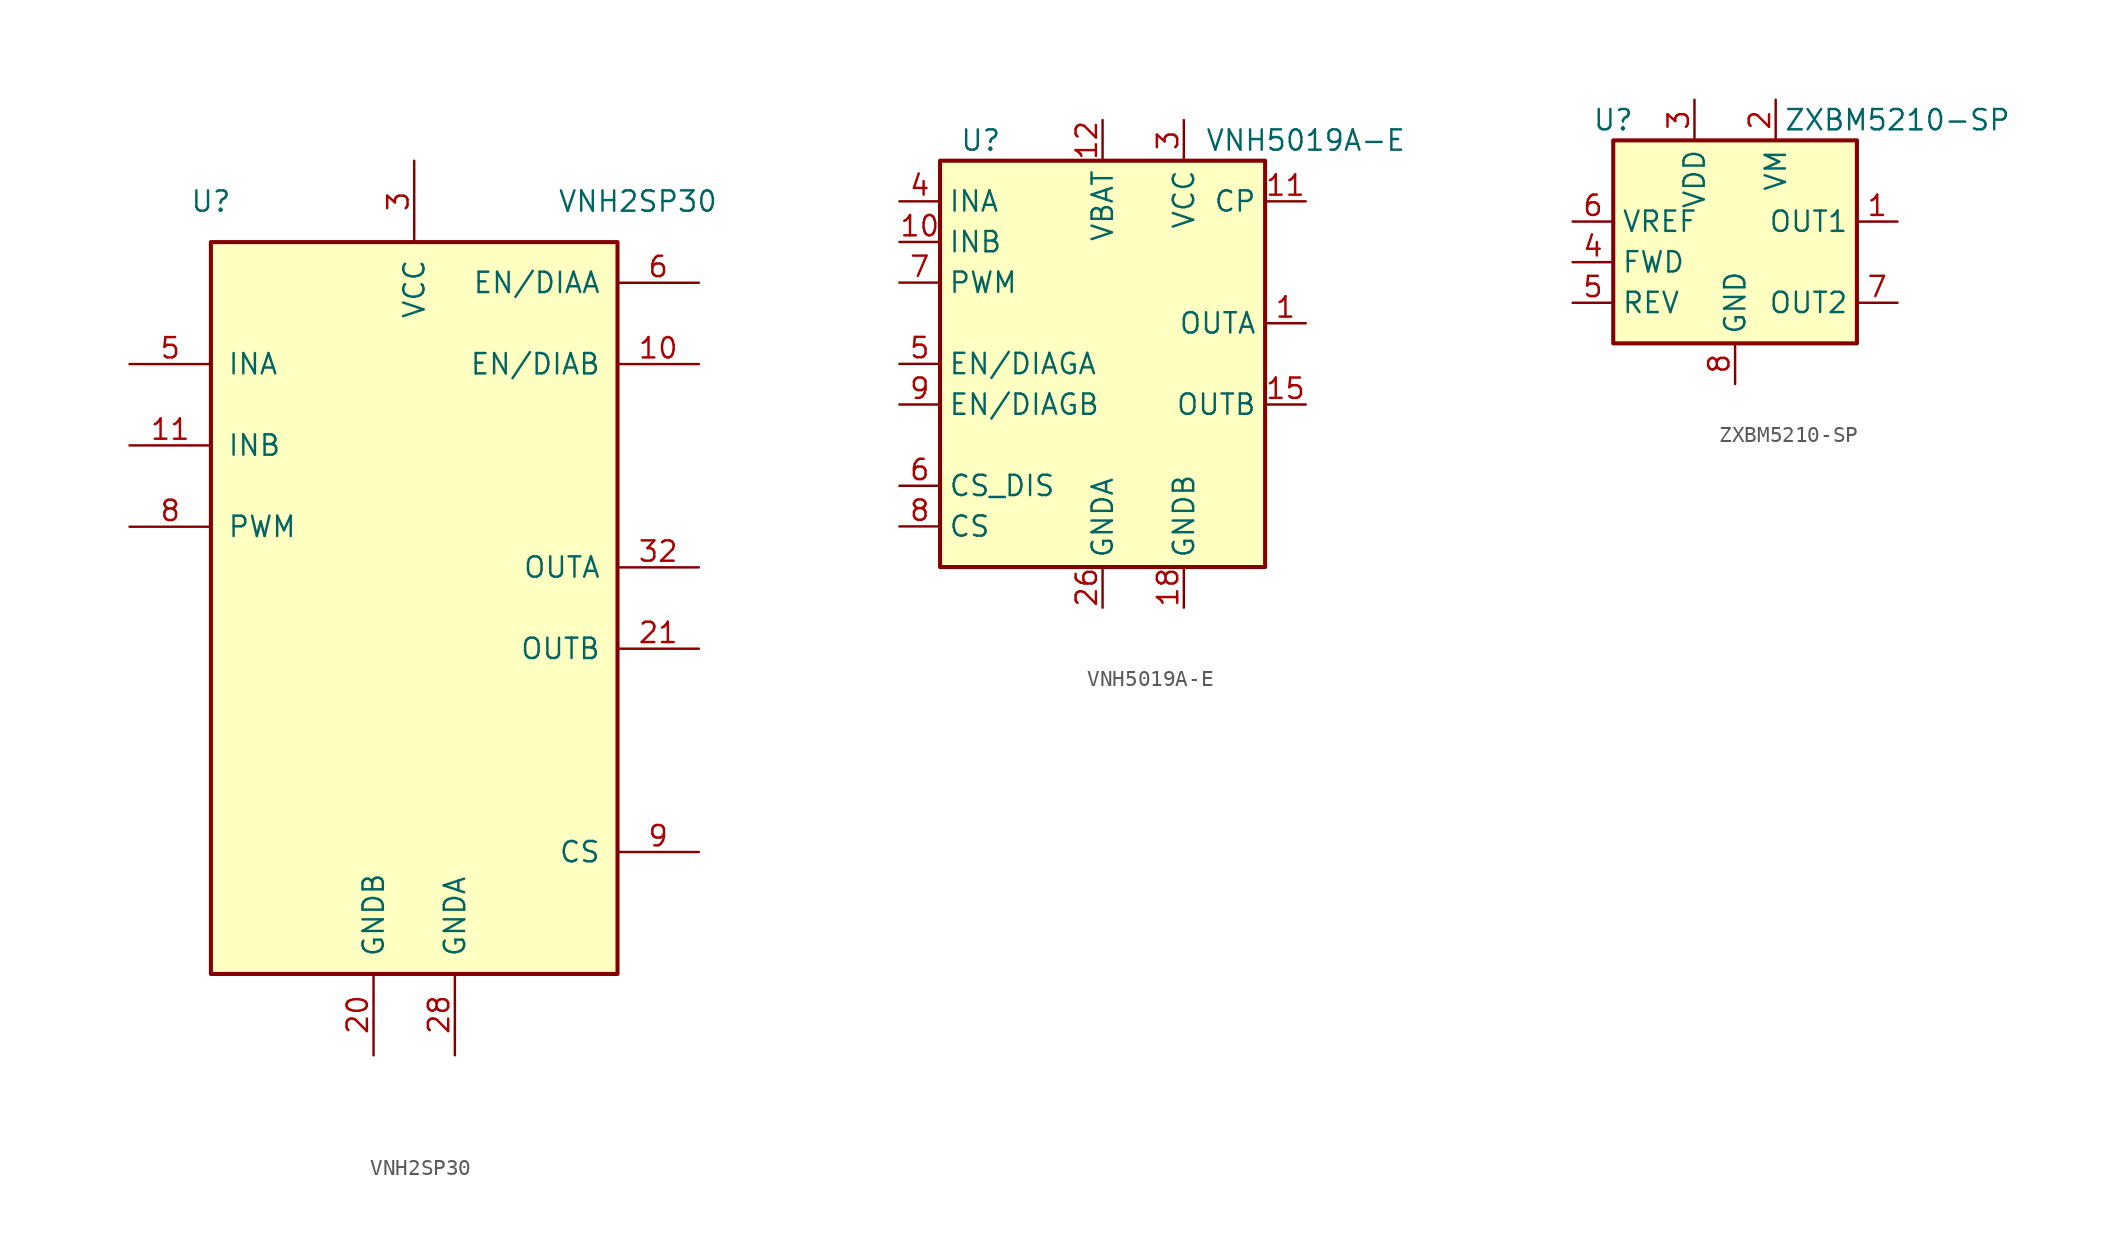
<source format=kicad_sym>
(kicad_symbol_lib
  (version 20200908)
  (generator kicad_symbol_editor)
  (symbol "Driver_Motor:VNH2SP30"
    (pin_names
      (offset 1.016))
    (property "Reference" "U"
      (at -12.7 25.4 0)
      (effects (font (size 1.27 1.27))))
    (property "Value" "VNH2SP30"
      (at 13.97 25.4 0)
      (effects (font (size 1.27 1.27))))
    (symbol "VNH2SP30_1_1"
      (rectangle (start -12.7 22.86) (end 12.7 -22.86) (stroke (width 0.254)) (fill (type background)))
      (pin passive line (at 17.78 2.54 180) (length 5.08) hide (name "OUTA" (effects (font (size 1.27 1.27)))) (number "1" (effects (font (size 1.27 1.27)))))
      (pin output line (at 17.78 15.24 180) (length 5.08) (name "EN/DIAB" (effects (font (size 1.27 1.27)))) (number "10" (effects (font (size 1.27 1.27)))))
      (pin input line (at -17.78 10.16 0) (length 5.08) (name "INB" (effects (font (size 1.27 1.27)))) (number "11" (effects (font (size 1.27 1.27)))))
      (pin unconnected line (at -17.78 -7.62 0) (length 5.08) hide (name "NC" (effects (font (size 1.27 1.27)))) (number "12" (effects (font (size 1.27 1.27)))))
      (pin passive line (at 0 27.94 270) (length 5.08) hide (name "VCC" (effects (font (size 1.27 1.27)))) (number "13" (effects (font (size 1.27 1.27)))))
      (pin unconnected line (at -17.78 -10.16 0) (length 5.08) hide (name "NC" (effects (font (size 1.27 1.27)))) (number "14" (effects (font (size 1.27 1.27)))))
      (pin passive line (at 17.78 -2.54 180) (length 5.08) hide (name "OUTB" (effects (font (size 1.27 1.27)))) (number "15" (effects (font (size 1.27 1.27)))))
      (pin passive line (at 17.78 -2.54 180) (length 5.08) hide (name "OUTB" (effects (font (size 1.27 1.27)))) (number "16" (effects (font (size 1.27 1.27)))))
      (pin unconnected line (at -17.78 -20.32 0) (length 5.08) hide (name "NC" (effects (font (size 1.27 1.27)))) (number "17" (effects (font (size 1.27 1.27)))))
      (pin passive line (at -2.54 -27.94 90) (length 5.08) hide (name "GNDB" (effects (font (size 1.27 1.27)))) (number "18" (effects (font (size 1.27 1.27)))))
      (pin passive line (at -2.54 -27.94 90) (length 5.08) hide (name "GNDB" (effects (font (size 1.27 1.27)))) (number "19" (effects (font (size 1.27 1.27)))))
      (pin unconnected line (at -17.78 0 0) (length 5.08) hide (name "NC" (effects (font (size 1.27 1.27)))) (number "2" (effects (font (size 1.27 1.27)))))
      (pin passive line (at -2.54 -27.94 90) (length 5.08) (name "GNDB" (effects (font (size 1.27 1.27)))) (number "20" (effects (font (size 1.27 1.27)))))
      (pin output line (at 17.78 -2.54 180) (length 5.08) (name "OUTB" (effects (font (size 1.27 1.27)))) (number "21" (effects (font (size 1.27 1.27)))))
      (pin unconnected line (at -17.78 -17.78 0) (length 5.08) hide (name "NC" (effects (font (size 1.27 1.27)))) (number "22" (effects (font (size 1.27 1.27)))))
      (pin passive line (at 0 27.94 270) (length 5.08) hide (name "VCC" (effects (font (size 1.27 1.27)))) (number "23" (effects (font (size 1.27 1.27)))))
      (pin unconnected line (at -17.78 -15.24 0) (length 5.08) hide (name "NC" (effects (font (size 1.27 1.27)))) (number "24" (effects (font (size 1.27 1.27)))))
      (pin passive line (at 17.78 2.54 180) (length 5.08) hide (name "OUTA" (effects (font (size 1.27 1.27)))) (number "25" (effects (font (size 1.27 1.27)))))
      (pin passive line (at 2.54 -27.94 90) (length 5.08) hide (name "GNDA" (effects (font (size 1.27 1.27)))) (number "26" (effects (font (size 1.27 1.27)))))
      (pin passive line (at 2.54 -27.94 90) (length 5.08) hide (name "GNDA" (effects (font (size 1.27 1.27)))) (number "27" (effects (font (size 1.27 1.27)))))
      (pin passive line (at 2.54 -27.94 90) (length 5.08) (name "GNDA" (effects (font (size 1.27 1.27)))) (number "28" (effects (font (size 1.27 1.27)))))
      (pin unconnected line (at -17.78 -12.7 0) (length 5.08) hide (name "NC" (effects (font (size 1.27 1.27)))) (number "29" (effects (font (size 1.27 1.27)))))
      (pin power_in line (at 0 27.94 270) (length 5.08) (name "VCC" (effects (font (size 1.27 1.27)))) (number "3" (effects (font (size 1.27 1.27)))))
      (pin passive line (at 17.78 2.54 180) (length 5.08) hide (name "OUTA" (effects (font (size 1.27 1.27)))) (number "30" (effects (font (size 1.27 1.27)))))
      (pin passive line (at 0 27.94 270) (length 5.08) hide (name "VCC" (effects (font (size 1.27 1.27)))) (number "31" (effects (font (size 1.27 1.27)))))
      (pin passive line (at 17.78 2.54 180) (length 5.08) (name "OUTA" (effects (font (size 1.27 1.27)))) (number "32" (effects (font (size 1.27 1.27)))))
      (pin passive line (at 17.78 -2.54 180) (length 5.08) hide (name "OUTB" (effects (font (size 1.27 1.27)))) (number "33" (effects (font (size 1.27 1.27)))))
      (pin unconnected line (at -17.78 -2.54 0) (length 5.08) hide (name "NC" (effects (font (size 1.27 1.27)))) (number "4" (effects (font (size 1.27 1.27)))))
      (pin input line (at -17.78 15.24 0) (length 5.08) (name "INA" (effects (font (size 1.27 1.27)))) (number "5" (effects (font (size 1.27 1.27)))))
      (pin output line (at 17.78 20.32 180) (length 5.08) (name "EN/DIAA" (effects (font (size 1.27 1.27)))) (number "6" (effects (font (size 1.27 1.27)))))
      (pin unconnected line (at -17.78 -5.08 0) (length 5.08) hide (name "NC" (effects (font (size 1.27 1.27)))) (number "7" (effects (font (size 1.27 1.27)))))
      (pin input line (at -17.78 5.08 0) (length 5.08) (name "PWM" (effects (font (size 1.27 1.27)))) (number "8" (effects (font (size 1.27 1.27)))))
      (pin output line (at 17.78 -15.24 180) (length 5.08) (name "CS" (effects (font (size 1.27 1.27)))) (number "9" (effects (font (size 1.27 1.27)))))))
  (symbol "Driver_Motor:VNH5019A-E"
    (property "Reference" "U"
      (at -7.62 13.97 0)
      (effects (font (size 1.27 1.27))))
    (property "Value" "VNH5019A-E"
      (at 12.7 13.97 0)
      (effects (font (size 1.27 1.27))))
    (symbol "VNH5019A-E_0_1"
      (rectangle (start -10.16 12.7) (end 10.16 -12.7) (stroke (width 0.254)) (fill (type background))))
    (symbol "VNH5019A-E_1_1"
      (pin output line (at 12.7 2.54 180) (length 2.54) (name "OUTA" (effects (font (size 1.27 1.27)))) (number "1" (effects (font (size 1.27 1.27)))))
      (pin input line (at -12.7 7.62 0) (length 2.54) (name "INB" (effects (font (size 1.27 1.27)))) (number "10" (effects (font (size 1.27 1.27)))))
      (pin output line (at 12.7 10.16 180) (length 2.54) (name "CP" (effects (font (size 1.27 1.27)))) (number "11" (effects (font (size 1.27 1.27)))))
      (pin power_in line (at 0 15.24 270) (length 2.54) (name "VBAT" (effects (font (size 1.27 1.27)))) (number "12" (effects (font (size 1.27 1.27)))))
      (pin passive line (at 5.08 15.24 270) (length 2.54) hide (name "VCC" (effects (font (size 1.27 1.27)))) (number "13" (effects (font (size 1.27 1.27)))))
      (pin unconnected line (at 10.16 -10.16 180) (length 2.54) hide (name "NC" (effects (font (size 1.27 1.27)))) (number "14" (effects (font (size 1.27 1.27)))))
      (pin output line (at 12.7 -2.54 180) (length 2.54) (name "OUTB" (effects (font (size 1.27 1.27)))) (number "15" (effects (font (size 1.27 1.27)))))
      (pin passive line (at 12.7 -2.54 180) (length 2.54) hide (name "OUTB" (effects (font (size 1.27 1.27)))) (number "16" (effects (font (size 1.27 1.27)))))
      (pin unconnected line (at 10.16 -5.08 180) (length 2.54) hide (name "NC" (effects (font (size 1.27 1.27)))) (number "17" (effects (font (size 1.27 1.27)))))
      (pin power_in line (at 5.08 -15.24 90) (length 2.54) (name "GNDB" (effects (font (size 1.27 1.27)))) (number "18" (effects (font (size 1.27 1.27)))))
      (pin passive line (at 5.08 -15.24 90) (length 2.54) hide (name "GNDB" (effects (font (size 1.27 1.27)))) (number "19" (effects (font (size 1.27 1.27)))))
      (pin unconnected line (at 10.16 -7.62 180) (length 2.54) hide (name "NC" (effects (font (size 1.27 1.27)))) (number "2" (effects (font (size 1.27 1.27)))))
      (pin passive line (at 5.08 -15.24 90) (length 2.54) hide (name "GNDB" (effects (font (size 1.27 1.27)))) (number "20" (effects (font (size 1.27 1.27)))))
      (pin passive line (at 12.7 -2.54 180) (length 2.54) hide (name "OUTB" (effects (font (size 1.27 1.27)))) (number "21" (effects (font (size 1.27 1.27)))))
      (pin unconnected line (at 10.16 0 180) (length 2.54) hide (name "NC" (effects (font (size 1.27 1.27)))) (number "22" (effects (font (size 1.27 1.27)))))
      (pin passive line (at 5.08 15.24 270) (length 2.54) hide (name "VCC" (effects (font (size 1.27 1.27)))) (number "23" (effects (font (size 1.27 1.27)))))
      (pin unconnected line (at 10.16 5.08 180) (length 2.54) hide (name "NC" (effects (font (size 1.27 1.27)))) (number "24" (effects (font (size 1.27 1.27)))))
      (pin passive line (at 12.7 2.54 180) (length 2.54) hide (name "OUTA" (effects (font (size 1.27 1.27)))) (number "25" (effects (font (size 1.27 1.27)))))
      (pin power_in line (at 0 -15.24 90) (length 2.54) (name "GNDA" (effects (font (size 1.27 1.27)))) (number "26" (effects (font (size 1.27 1.27)))))
      (pin passive line (at 0 -15.24 90) (length 2.54) hide (name "GNDA" (effects (font (size 1.27 1.27)))) (number "27" (effects (font (size 1.27 1.27)))))
      (pin passive line (at 0 -15.24 90) (length 2.54) hide (name "GNDA" (effects (font (size 1.27 1.27)))) (number "28" (effects (font (size 1.27 1.27)))))
      (pin unconnected line (at 10.16 7.62 180) (length 2.54) hide (name "NC" (effects (font (size 1.27 1.27)))) (number "29" (effects (font (size 1.27 1.27)))))
      (pin power_in line (at 5.08 15.24 270) (length 2.54) (name "VCC" (effects (font (size 1.27 1.27)))) (number "3" (effects (font (size 1.27 1.27)))))
      (pin passive line (at 12.7 2.54 180) (length 2.54) hide (name "OUTA" (effects (font (size 1.27 1.27)))) (number "30" (effects (font (size 1.27 1.27)))))
      (pin passive line (at 5.08 15.24 270) (length 2.54) hide (name "VCC" (effects (font (size 1.27 1.27)))) (number "31" (effects (font (size 1.27 1.27)))))
      (pin passive line (at 12.7 -2.54 180) (length 2.54) hide (name "OUTB" (effects (font (size 1.27 1.27)))) (number "32" (effects (font (size 1.27 1.27)))))
      (pin passive line (at 12.7 2.54 180) (length 2.54) hide (name "OUTA" (effects (font (size 1.27 1.27)))) (number "33" (effects (font (size 1.27 1.27)))))
      (pin input line (at -12.7 10.16 0) (length 2.54) (name "INA" (effects (font (size 1.27 1.27)))) (number "4" (effects (font (size 1.27 1.27)))))
      (pin open_collector line (at -12.7 0 0) (length 2.54) (name "EN/DIAGA" (effects (font (size 1.27 1.27)))) (number "5" (effects (font (size 1.27 1.27)))))
      (pin input line (at -12.7 -7.62 0) (length 2.54) (name "CS_DIS" (effects (font (size 1.27 1.27)))) (number "6" (effects (font (size 1.27 1.27)))))
      (pin input line (at -12.7 5.08 0) (length 2.54) (name "PWM" (effects (font (size 1.27 1.27)))) (number "7" (effects (font (size 1.27 1.27)))))
      (pin output line (at -12.7 -10.16 0) (length 2.54) (name "CS" (effects (font (size 1.27 1.27)))) (number "8" (effects (font (size 1.27 1.27)))))
      (pin open_collector line (at -12.7 -2.54 0) (length 2.54) (name "EN/DIAGB" (effects (font (size 1.27 1.27)))) (number "9" (effects (font (size 1.27 1.27)))))))
  (symbol "Driver_Motor:ZXBM5210-SP"
    (property "Reference" "U"
      (at -7.62 8.89 0)
      (effects (font (size 1.27 1.27))))
    (property "Value" "ZXBM5210-SP"
      (at 10.16 8.89 0)
      (effects (font (size 1.27 1.27))))
    (symbol "ZXBM5210-SP_0_1"
      (rectangle (start -7.62 7.62) (end 7.62 -5.08) (stroke (width 0.254)) (fill (type background))))
    (symbol "ZXBM5210-SP_0_0"
      (pin output line (at 10.16 2.54 180) (length 2.54) (name "OUT1" (effects (font (size 1.27 1.27)))) (number "1" (effects (font (size 1.27 1.27)))))
      (pin power_in line (at 2.54 10.16 270) (length 2.54) (name "VM" (effects (font (size 1.27 1.27)))) (number "2" (effects (font (size 1.27 1.27)))))
      (pin power_in line (at -2.54 10.16 270) (length 2.54) (name "VDD" (effects (font (size 1.27 1.27)))) (number "3" (effects (font (size 1.27 1.27)))))
      (pin input line (at -10.16 0 0) (length 2.54) (name "FWD" (effects (font (size 1.27 1.27)))) (number "4" (effects (font (size 1.27 1.27)))))
      (pin input line (at -10.16 -2.54 0) (length 2.54) (name "REV" (effects (font (size 1.27 1.27)))) (number "5" (effects (font (size 1.27 1.27)))))
      (pin input line (at -10.16 2.54 0) (length 2.54) (name "VREF" (effects (font (size 1.27 1.27)))) (number "6" (effects (font (size 1.27 1.27)))))
      (pin output line (at 10.16 -2.54 180) (length 2.54) (name "OUT2" (effects (font (size 1.27 1.27)))) (number "7" (effects (font (size 1.27 1.27)))))
      (pin power_in line (at 0 -7.62 90) (length 2.54) (name "GND" (effects (font (size 1.27 1.27)))) (number "8" (effects (font (size 1.27 1.27)))))
      (pin passive line (at 0 -7.62 90) (length 2.54) hide (name "GND" (effects (font (size 1.27 1.27)))) (number "9" (effects (font (size 1.27 1.27))))))))
</source>
